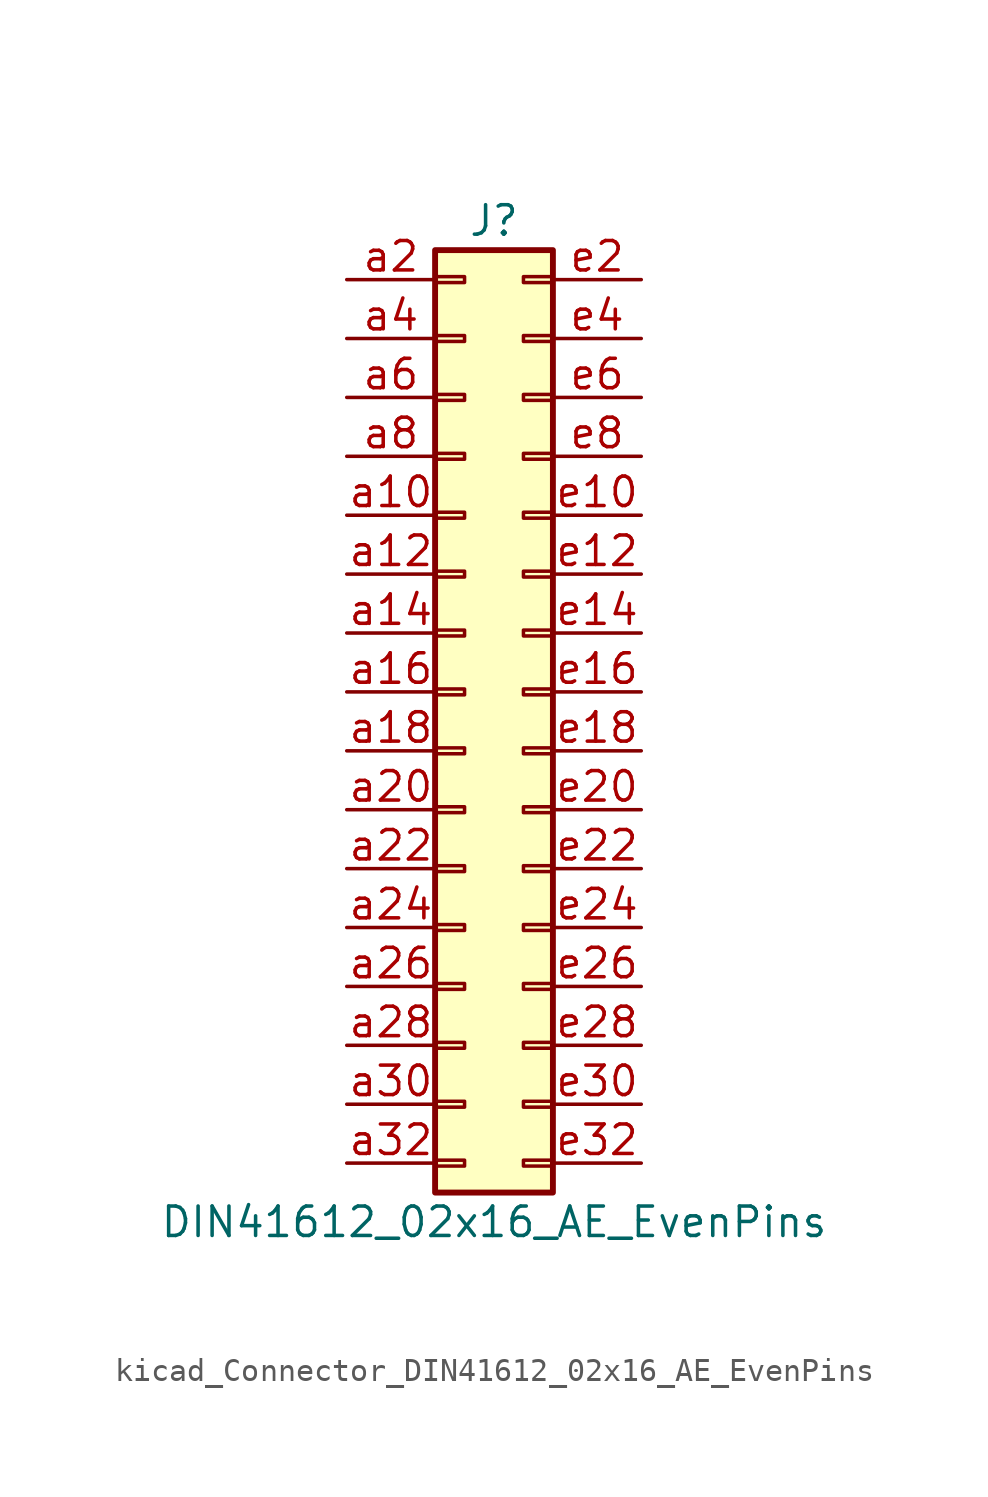
<source format=kicad_sym>
(kicad_symbol_lib
  (version 20220914)
  (generator kicad_symbol_editor)
  (symbol "kicad_Connector_DIN41612_02x16_AE_EvenPins"
    (pin_names
      (offset 1.016) hide)
    (property "Reference" "J"
      (at 1.27 20.32 0)
      (effects (font (size 1.27 1.27))))
    (property "Value" "DIN41612_02x16_AE_EvenPins"
      (at 1.27 -22.86 0)
      (effects (font (size 1.27 1.27))))
    (symbol "kicad_Connector_DIN41612_02x16_AE_EvenPins_1_1"
      (rectangle (start -1.27 -20.193) (end 0 -20.447) (stroke (width 0.152) (type default)) (fill (type none)))
      (rectangle (start -1.27 -17.653) (end 0 -17.907) (stroke (width 0.152) (type default)) (fill (type none)))
      (rectangle (start -1.27 -15.113) (end 0 -15.367) (stroke (width 0.152) (type default)) (fill (type none)))
      (rectangle (start -1.27 -12.573) (end 0 -12.827) (stroke (width 0.152) (type default)) (fill (type none)))
      (rectangle (start -1.27 -10.033) (end 0 -10.287) (stroke (width 0.152) (type default)) (fill (type none)))
      (rectangle (start -1.27 -7.493) (end 0 -7.747) (stroke (width 0.152) (type default)) (fill (type none)))
      (rectangle (start -1.27 -4.953) (end 0 -5.207) (stroke (width 0.152) (type default)) (fill (type none)))
      (rectangle (start -1.27 -2.413) (end 0 -2.667) (stroke (width 0.152) (type default)) (fill (type none)))
      (rectangle (start -1.27 0.127) (end 0 -0.127) (stroke (width 0.152) (type default)) (fill (type none)))
      (rectangle (start -1.27 2.667) (end 0 2.413) (stroke (width 0.152) (type default)) (fill (type none)))
      (rectangle (start -1.27 5.207) (end 0 4.953) (stroke (width 0.152) (type default)) (fill (type none)))
      (rectangle (start -1.27 7.747) (end 0 7.493) (stroke (width 0.152) (type default)) (fill (type none)))
      (rectangle (start -1.27 10.287) (end 0 10.033) (stroke (width 0.152) (type default)) (fill (type none)))
      (rectangle (start -1.27 12.827) (end 0 12.573) (stroke (width 0.152) (type default)) (fill (type none)))
      (rectangle (start -1.27 15.367) (end 0 15.113) (stroke (width 0.152) (type default)) (fill (type none)))
      (rectangle (start -1.27 17.907) (end 0 17.653) (stroke (width 0.152) (type default)) (fill (type none)))
      (rectangle (start -1.27 19.05) (end 3.81 -21.59) (stroke (width 0.254) (type default)) (fill (type background)))
      (rectangle (start 3.81 -20.193) (end 2.54 -20.447) (stroke (width 0.152) (type default)) (fill (type none)))
      (rectangle (start 3.81 -17.653) (end 2.54 -17.907) (stroke (width 0.152) (type default)) (fill (type none)))
      (rectangle (start 3.81 -15.113) (end 2.54 -15.367) (stroke (width 0.152) (type default)) (fill (type none)))
      (rectangle (start 3.81 -12.573) (end 2.54 -12.827) (stroke (width 0.152) (type default)) (fill (type none)))
      (rectangle (start 3.81 -10.033) (end 2.54 -10.287) (stroke (width 0.152) (type default)) (fill (type none)))
      (rectangle (start 3.81 -7.493) (end 2.54 -7.747) (stroke (width 0.152) (type default)) (fill (type none)))
      (rectangle (start 3.81 -4.953) (end 2.54 -5.207) (stroke (width 0.152) (type default)) (fill (type none)))
      (rectangle (start 3.81 -2.413) (end 2.54 -2.667) (stroke (width 0.152) (type default)) (fill (type none)))
      (rectangle (start 3.81 0.127) (end 2.54 -0.127) (stroke (width 0.152) (type default)) (fill (type none)))
      (rectangle (start 3.81 2.667) (end 2.54 2.413) (stroke (width 0.152) (type default)) (fill (type none)))
      (rectangle (start 3.81 5.207) (end 2.54 4.953) (stroke (width 0.152) (type default)) (fill (type none)))
      (rectangle (start 3.81 7.747) (end 2.54 7.493) (stroke (width 0.152) (type default)) (fill (type none)))
      (rectangle (start 3.81 10.287) (end 2.54 10.033) (stroke (width 0.152) (type default)) (fill (type none)))
      (rectangle (start 3.81 12.827) (end 2.54 12.573) (stroke (width 0.152) (type default)) (fill (type none)))
      (rectangle (start 3.81 15.367) (end 2.54 15.113) (stroke (width 0.152) (type default)) (fill (type none)))
      (rectangle (start 3.81 17.907) (end 2.54 17.653) (stroke (width 0.152) (type default)) (fill (type none)))
      (pin passive line (at -5.08 7.62 0) (length 3.81) (name "Pin_a10" (effects (font (size 1.27 1.27)))) (number "a10" (effects (font (size 1.27 1.27)))))
      (pin passive line (at -5.08 5.08 0) (length 3.81) (name "Pin_a12" (effects (font (size 1.27 1.27)))) (number "a12" (effects (font (size 1.27 1.27)))))
      (pin passive line (at -5.08 2.54 0) (length 3.81) (name "Pin_a14" (effects (font (size 1.27 1.27)))) (number "a14" (effects (font (size 1.27 1.27)))))
      (pin passive line (at -5.08 0 0) (length 3.81) (name "Pin_a16" (effects (font (size 1.27 1.27)))) (number "a16" (effects (font (size 1.27 1.27)))))
      (pin passive line (at -5.08 -2.54 0) (length 3.81) (name "Pin_a18" (effects (font (size 1.27 1.27)))) (number "a18" (effects (font (size 1.27 1.27)))))
      (pin passive line (at -5.08 17.78 0) (length 3.81) (name "Pin_a2" (effects (font (size 1.27 1.27)))) (number "a2" (effects (font (size 1.27 1.27)))))
      (pin passive line (at -5.08 -5.08 0) (length 3.81) (name "Pin_a20" (effects (font (size 1.27 1.27)))) (number "a20" (effects (font (size 1.27 1.27)))))
      (pin passive line (at -5.08 -7.62 0) (length 3.81) (name "Pin_a22" (effects (font (size 1.27 1.27)))) (number "a22" (effects (font (size 1.27 1.27)))))
      (pin passive line (at -5.08 -10.16 0) (length 3.81) (name "Pin_a24" (effects (font (size 1.27 1.27)))) (number "a24" (effects (font (size 1.27 1.27)))))
      (pin passive line (at -5.08 -12.7 0) (length 3.81) (name "Pin_a26" (effects (font (size 1.27 1.27)))) (number "a26" (effects (font (size 1.27 1.27)))))
      (pin passive line (at -5.08 -15.24 0) (length 3.81) (name "Pin_a28" (effects (font (size 1.27 1.27)))) (number "a28" (effects (font (size 1.27 1.27)))))
      (pin passive line (at -5.08 -17.78 0) (length 3.81) (name "Pin_a30" (effects (font (size 1.27 1.27)))) (number "a30" (effects (font (size 1.27 1.27)))))
      (pin passive line (at -5.08 -20.32 0) (length 3.81) (name "Pin_a32" (effects (font (size 1.27 1.27)))) (number "a32" (effects (font (size 1.27 1.27)))))
      (pin passive line (at -5.08 15.24 0) (length 3.81) (name "Pin_a4" (effects (font (size 1.27 1.27)))) (number "a4" (effects (font (size 1.27 1.27)))))
      (pin passive line (at -5.08 12.7 0) (length 3.81) (name "Pin_a6" (effects (font (size 1.27 1.27)))) (number "a6" (effects (font (size 1.27 1.27)))))
      (pin passive line (at -5.08 10.16 0) (length 3.81) (name "Pin_a8" (effects (font (size 1.27 1.27)))) (number "a8" (effects (font (size 1.27 1.27)))))
      (pin passive line (at 7.62 7.62 180) (length 3.81) (name "Pin_e10" (effects (font (size 1.27 1.27)))) (number "e10" (effects (font (size 1.27 1.27)))))
      (pin passive line (at 7.62 5.08 180) (length 3.81) (name "Pin_e12" (effects (font (size 1.27 1.27)))) (number "e12" (effects (font (size 1.27 1.27)))))
      (pin passive line (at 7.62 2.54 180) (length 3.81) (name "Pin_e14" (effects (font (size 1.27 1.27)))) (number "e14" (effects (font (size 1.27 1.27)))))
      (pin passive line (at 7.62 0 180) (length 3.81) (name "Pin_e16" (effects (font (size 1.27 1.27)))) (number "e16" (effects (font (size 1.27 1.27)))))
      (pin passive line (at 7.62 -2.54 180) (length 3.81) (name "Pin_e18" (effects (font (size 1.27 1.27)))) (number "e18" (effects (font (size 1.27 1.27)))))
      (pin passive line (at 7.62 17.78 180) (length 3.81) (name "Pin_e2" (effects (font (size 1.27 1.27)))) (number "e2" (effects (font (size 1.27 1.27)))))
      (pin passive line (at 7.62 -5.08 180) (length 3.81) (name "Pin_e20" (effects (font (size 1.27 1.27)))) (number "e20" (effects (font (size 1.27 1.27)))))
      (pin passive line (at 7.62 -7.62 180) (length 3.81) (name "Pin_e22" (effects (font (size 1.27 1.27)))) (number "e22" (effects (font (size 1.27 1.27)))))
      (pin passive line (at 7.62 -10.16 180) (length 3.81) (name "Pin_e24" (effects (font (size 1.27 1.27)))) (number "e24" (effects (font (size 1.27 1.27)))))
      (pin passive line (at 7.62 -12.7 180) (length 3.81) (name "Pin_e26" (effects (font (size 1.27 1.27)))) (number "e26" (effects (font (size 1.27 1.27)))))
      (pin passive line (at 7.62 -15.24 180) (length 3.81) (name "Pin_e28" (effects (font (size 1.27 1.27)))) (number "e28" (effects (font (size 1.27 1.27)))))
      (pin passive line (at 7.62 -17.78 180) (length 3.81) (name "Pin_e30" (effects (font (size 1.27 1.27)))) (number "e30" (effects (font (size 1.27 1.27)))))
      (pin passive line (at 7.62 -20.32 180) (length 3.81) (name "Pin_e32" (effects (font (size 1.27 1.27)))) (number "e32" (effects (font (size 1.27 1.27)))))
      (pin passive line (at 7.62 15.24 180) (length 3.81) (name "Pin_e4" (effects (font (size 1.27 1.27)))) (number "e4" (effects (font (size 1.27 1.27)))))
      (pin passive line (at 7.62 12.7 180) (length 3.81) (name "Pin_e6" (effects (font (size 1.27 1.27)))) (number "e6" (effects (font (size 1.27 1.27)))))
      (pin passive line (at 7.62 10.16 180) (length 3.81) (name "Pin_e8" (effects (font (size 1.27 1.27)))) (number "e8" (effects (font (size 1.27 1.27))))))))
</source>
